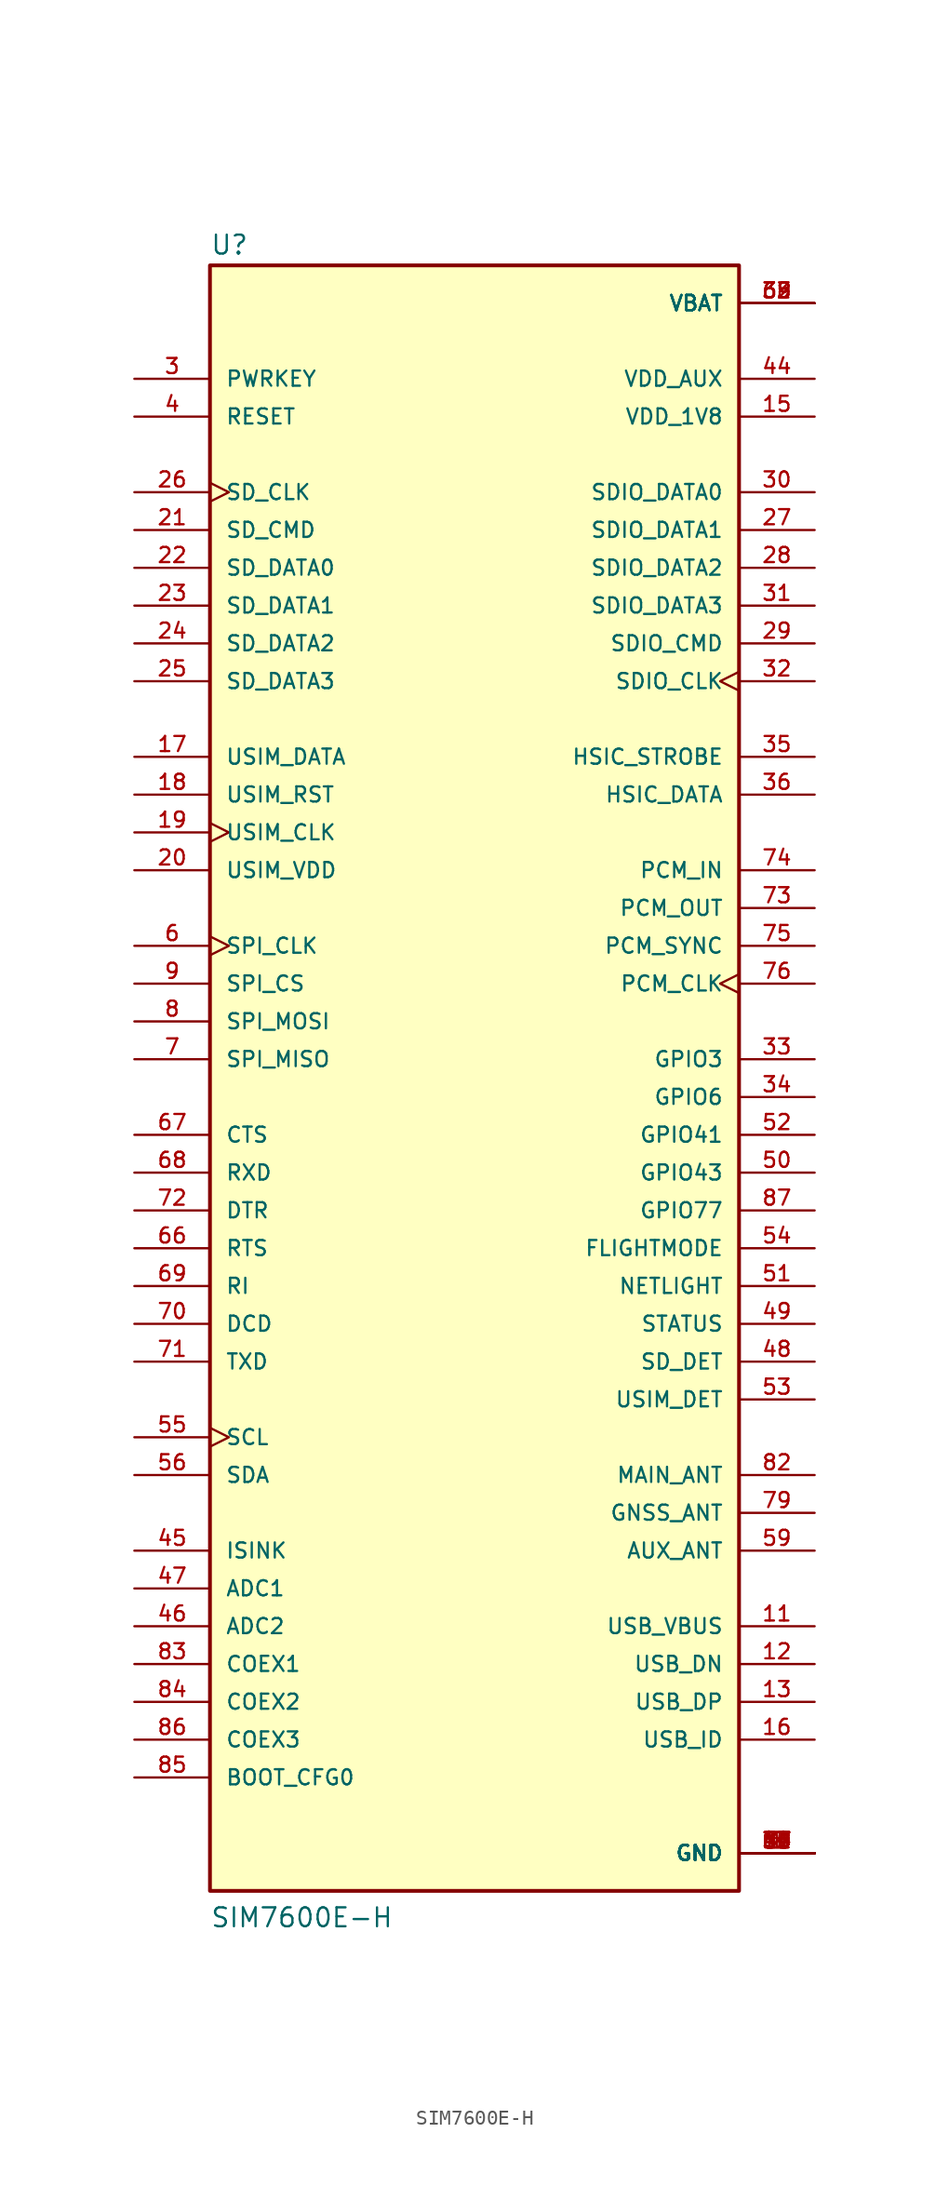
<source format=kicad_sym>
(kicad_symbol_lib
  (version 20211014)
  (generator kicad_symbol_editor)
  (symbol "SIM7600E-H"
    (pin_names
      (offset 1.016))
    (property "Reference" "U"
      (at -17.78 56.515 0)
      (effects (font (size 1.27 1.27)) (justify bottom left)))
    (property "Value" "SIM7600E-H"
      (at -17.78 -55.88 0)
      (effects (font (size 1.27 1.27)) (justify bottom left)))
    (symbol "SIM7600E-H_0_0"
      (rectangle (start -17.78 -53.34) (end 17.78 55.88) (stroke (width 0.254)) (fill (type background)))
      (pin power_in line (at 22.86 53.34 180.0) (length 5.08) (name "VBAT" (effects (font (size 1.016 1.016)))) (number "38" (effects (font (size 1.016 1.016)))))
      (pin power_in line (at 22.86 53.34 180.0) (length 5.08) (name "VBAT" (effects (font (size 1.016 1.016)))) (number "39" (effects (font (size 1.016 1.016)))))
      (pin power_in line (at 22.86 53.34 180.0) (length 5.08) (name "VBAT" (effects (font (size 1.016 1.016)))) (number "62" (effects (font (size 1.016 1.016)))))
      (pin power_in line (at 22.86 53.34 180.0) (length 5.08) (name "VBAT" (effects (font (size 1.016 1.016)))) (number "63" (effects (font (size 1.016 1.016)))))
      (pin output line (at 22.86 48.26 180.0) (length 5.08) (name "VDD_AUX" (effects (font (size 1.016 1.016)))) (number "44" (effects (font (size 1.016 1.016)))))
      (pin output line (at 22.86 45.72 180.0) (length 5.08) (name "VDD_1V8" (effects (font (size 1.016 1.016)))) (number "15" (effects (font (size 1.016 1.016)))))
      (pin power_in line (at 22.86 -50.8 180.0) (length 5.08) (name "GND" (effects (font (size 1.016 1.016)))) (number "1" (effects (font (size 1.016 1.016)))))
      (pin power_in line (at 22.86 -50.8 180.0) (length 5.08) (name "GND" (effects (font (size 1.016 1.016)))) (number "2" (effects (font (size 1.016 1.016)))))
      (pin power_in line (at 22.86 -50.8 180.0) (length 5.08) (name "GND" (effects (font (size 1.016 1.016)))) (number "5" (effects (font (size 1.016 1.016)))))
      (pin power_in line (at 22.86 -50.8 180.0) (length 5.08) (name "GND" (effects (font (size 1.016 1.016)))) (number "10" (effects (font (size 1.016 1.016)))))
      (pin power_in line (at 22.86 -50.8 180.0) (length 5.08) (name "GND" (effects (font (size 1.016 1.016)))) (number "14" (effects (font (size 1.016 1.016)))))
      (pin power_in line (at 22.86 -50.8 180.0) (length 5.08) (name "GND" (effects (font (size 1.016 1.016)))) (number "37" (effects (font (size 1.016 1.016)))))
      (pin power_in line (at 22.86 -50.8 180.0) (length 5.08) (name "GND" (effects (font (size 1.016 1.016)))) (number "40" (effects (font (size 1.016 1.016)))))
      (pin power_in line (at 22.86 -50.8 180.0) (length 5.08) (name "GND" (effects (font (size 1.016 1.016)))) (number "41" (effects (font (size 1.016 1.016)))))
      (pin power_in line (at 22.86 -50.8 180.0) (length 5.08) (name "GND" (effects (font (size 1.016 1.016)))) (number "43" (effects (font (size 1.016 1.016)))))
      (pin power_in line (at 22.86 -50.8 180.0) (length 5.08) (name "GND" (effects (font (size 1.016 1.016)))) (number "57" (effects (font (size 1.016 1.016)))))
      (pin power_in line (at 22.86 -50.8 180.0) (length 5.08) (name "GND" (effects (font (size 1.016 1.016)))) (number "58" (effects (font (size 1.016 1.016)))))
      (pin power_in line (at 22.86 -50.8 180.0) (length 5.08) (name "GND" (effects (font (size 1.016 1.016)))) (number "60" (effects (font (size 1.016 1.016)))))
      (pin power_in line (at 22.86 -50.8 180.0) (length 5.08) (name "GND" (effects (font (size 1.016 1.016)))) (number "61" (effects (font (size 1.016 1.016)))))
      (pin power_in line (at 22.86 -50.8 180.0) (length 5.08) (name "GND" (effects (font (size 1.016 1.016)))) (number "64" (effects (font (size 1.016 1.016)))))
      (pin power_in line (at 22.86 -50.8 180.0) (length 5.08) (name "GND" (effects (font (size 1.016 1.016)))) (number "65" (effects (font (size 1.016 1.016)))))
      (pin power_in line (at 22.86 -50.8 180.0) (length 5.08) (name "GND" (effects (font (size 1.016 1.016)))) (number "77" (effects (font (size 1.016 1.016)))))
      (pin power_in line (at 22.86 -50.8 180.0) (length 5.08) (name "GND" (effects (font (size 1.016 1.016)))) (number "78" (effects (font (size 1.016 1.016)))))
      (pin power_in line (at 22.86 -50.8 180.0) (length 5.08) (name "GND" (effects (font (size 1.016 1.016)))) (number "80" (effects (font (size 1.016 1.016)))))
      (pin power_in line (at 22.86 -50.8 180.0) (length 5.08) (name "GND" (effects (font (size 1.016 1.016)))) (number "81" (effects (font (size 1.016 1.016)))))
      (pin input line (at -22.86 48.26 0) (length 5.08) (name "PWRKEY" (effects (font (size 1.016 1.016)))) (number "3" (effects (font (size 1.016 1.016)))))
      (pin input line (at -22.86 45.72 0) (length 5.08) (name "RESET" (effects (font (size 1.016 1.016)))) (number "4" (effects (font (size 1.016 1.016)))))
      (pin output line (at -22.86 38.1 0) (length 5.08) (name "SD_CMD" (effects (font (size 1.016 1.016)))) (number "21" (effects (font (size 1.016 1.016)))))
      (pin bidirectional line (at -22.86 35.56 0) (length 5.08) (name "SD_DATA0" (effects (font (size 1.016 1.016)))) (number "22" (effects (font (size 1.016 1.016)))))
      (pin output clock (at -22.86 40.64 0) (length 5.08) (name "SD_CLK" (effects (font (size 1.016 1.016)))) (number "26" (effects (font (size 1.016 1.016)))))
      (pin bidirectional line (at -22.86 22.86 0) (length 5.08) (name "USIM_DATA" (effects (font (size 1.016 1.016)))) (number "17" (effects (font (size 1.016 1.016)))))
      (pin output line (at -22.86 20.32 0) (length 5.08) (name "USIM_RST" (effects (font (size 1.016 1.016)))) (number "18" (effects (font (size 1.016 1.016)))))
      (pin output clock (at -22.86 17.78 0) (length 5.08) (name "USIM_CLK" (effects (font (size 1.016 1.016)))) (number "19" (effects (font (size 1.016 1.016)))))
      (pin output line (at -22.86 15.24 0) (length 5.08) (name "USIM_VDD" (effects (font (size 1.016 1.016)))) (number "20" (effects (font (size 1.016 1.016)))))
      (pin output clock (at -22.86 10.16 0) (length 5.08) (name "SPI_CLK" (effects (font (size 1.016 1.016)))) (number "6" (effects (font (size 1.016 1.016)))))
      (pin input line (at -22.86 2.54 0) (length 5.08) (name "SPI_MISO" (effects (font (size 1.016 1.016)))) (number "7" (effects (font (size 1.016 1.016)))))
      (pin output line (at -22.86 5.08 0) (length 5.08) (name "SPI_MOSI" (effects (font (size 1.016 1.016)))) (number "8" (effects (font (size 1.016 1.016)))))
      (pin output line (at -22.86 7.62 0) (length 5.08) (name "SPI_CS" (effects (font (size 1.016 1.016)))) (number "9" (effects (font (size 1.016 1.016)))))
      (pin input line (at 22.86 -35.56 180.0) (length 5.08) (name "USB_VBUS" (effects (font (size 1.016 1.016)))) (number "11" (effects (font (size 1.016 1.016)))))
      (pin bidirectional line (at 22.86 -38.1 180.0) (length 5.08) (name "USB_DN" (effects (font (size 1.016 1.016)))) (number "12" (effects (font (size 1.016 1.016)))))
      (pin bidirectional line (at 22.86 -40.64 180.0) (length 5.08) (name "USB_DP" (effects (font (size 1.016 1.016)))) (number "13" (effects (font (size 1.016 1.016)))))
      (pin input line (at 22.86 -43.18 180.0) (length 5.08) (name "USB_ID" (effects (font (size 1.016 1.016)))) (number "16" (effects (font (size 1.016 1.016)))))
      (pin output line (at -22.86 -10.16 0) (length 5.08) (name "RTS" (effects (font (size 1.016 1.016)))) (number "66" (effects (font (size 1.016 1.016)))))
      (pin input line (at -22.86 -2.54 0) (length 5.08) (name "CTS" (effects (font (size 1.016 1.016)))) (number "67" (effects (font (size 1.016 1.016)))))
      (pin input line (at -22.86 -5.08 0) (length 5.08) (name "RXD" (effects (font (size 1.016 1.016)))) (number "68" (effects (font (size 1.016 1.016)))))
      (pin output line (at -22.86 -12.7 0) (length 5.08) (name "RI" (effects (font (size 1.016 1.016)))) (number "69" (effects (font (size 1.016 1.016)))))
      (pin output line (at -22.86 -15.24 0) (length 5.08) (name "DCD" (effects (font (size 1.016 1.016)))) (number "70" (effects (font (size 1.016 1.016)))))
      (pin output line (at -22.86 -17.78 0) (length 5.08) (name "TXD" (effects (font (size 1.016 1.016)))) (number "71" (effects (font (size 1.016 1.016)))))
      (pin input line (at -22.86 -7.62 0) (length 5.08) (name "DTR" (effects (font (size 1.016 1.016)))) (number "72" (effects (font (size 1.016 1.016)))))
      (pin output clock (at -22.86 -22.86 0) (length 5.08) (name "SCL" (effects (font (size 1.016 1.016)))) (number "55" (effects (font (size 1.016 1.016)))))
      (pin bidirectional line (at -22.86 -25.4 0) (length 5.08) (name "SDA" (effects (font (size 1.016 1.016)))) (number "56" (effects (font (size 1.016 1.016)))))
      (pin bidirectional line (at 22.86 38.1 180.0) (length 5.08) (name "SDIO_DATA1" (effects (font (size 1.016 1.016)))) (number "27" (effects (font (size 1.016 1.016)))))
      (pin bidirectional line (at 22.86 35.56 180.0) (length 5.08) (name "SDIO_DATA2" (effects (font (size 1.016 1.016)))) (number "28" (effects (font (size 1.016 1.016)))))
      (pin output line (at 22.86 30.48 180.0) (length 5.08) (name "SDIO_CMD" (effects (font (size 1.016 1.016)))) (number "29" (effects (font (size 1.016 1.016)))))
      (pin bidirectional line (at 22.86 40.64 180.0) (length 5.08) (name "SDIO_DATA0" (effects (font (size 1.016 1.016)))) (number "30" (effects (font (size 1.016 1.016)))))
      (pin bidirectional line (at 22.86 33.02 180.0) (length 5.08) (name "SDIO_DATA3" (effects (font (size 1.016 1.016)))) (number "31" (effects (font (size 1.016 1.016)))))
      (pin output clock (at 22.86 27.94 180.0) (length 5.08) (name "SDIO_CLK" (effects (font (size 1.016 1.016)))) (number "32" (effects (font (size 1.016 1.016)))))
      (pin output line (at 22.86 22.86 180.0) (length 5.08) (name "HSIC_STROBE" (effects (font (size 1.016 1.016)))) (number "35" (effects (font (size 1.016 1.016)))))
      (pin bidirectional line (at 22.86 20.32 180.0) (length 5.08) (name "HSIC_DATA" (effects (font (size 1.016 1.016)))) (number "36" (effects (font (size 1.016 1.016)))))
      (pin output line (at 22.86 12.7 180.0) (length 5.08) (name "PCM_OUT" (effects (font (size 1.016 1.016)))) (number "73" (effects (font (size 1.016 1.016)))))
      (pin input line (at 22.86 15.24 180.0) (length 5.08) (name "PCM_IN" (effects (font (size 1.016 1.016)))) (number "74" (effects (font (size 1.016 1.016)))))
      (pin output line (at 22.86 10.16 180.0) (length 5.08) (name "PCM_SYNC" (effects (font (size 1.016 1.016)))) (number "75" (effects (font (size 1.016 1.016)))))
      (pin output clock (at 22.86 7.62 180.0) (length 5.08) (name "PCM_CLK" (effects (font (size 1.016 1.016)))) (number "76" (effects (font (size 1.016 1.016)))))
      (pin output line (at 22.86 -12.7 180.0) (length 5.08) (name "NETLIGHT" (effects (font (size 1.016 1.016)))) (number "51" (effects (font (size 1.016 1.016)))))
      (pin input line (at 22.86 -10.16 180.0) (length 5.08) (name "FLIGHTMODE" (effects (font (size 1.016 1.016)))) (number "54" (effects (font (size 1.016 1.016)))))
      (pin output line (at 22.86 -15.24 180.0) (length 5.08) (name "STATUS" (effects (font (size 1.016 1.016)))) (number "49" (effects (font (size 1.016 1.016)))))
      (pin bidirectional line (at 22.86 -2.54 180.0) (length 5.08) (name "GPIO41" (effects (font (size 1.016 1.016)))) (number "52" (effects (font (size 1.016 1.016)))))
      (pin bidirectional line (at 22.86 -5.08 180.0) (length 5.08) (name "GPIO43" (effects (font (size 1.016 1.016)))) (number "50" (effects (font (size 1.016 1.016)))))
      (pin bidirectional line (at 22.86 2.54 180.0) (length 5.08) (name "GPIO3" (effects (font (size 1.016 1.016)))) (number "33" (effects (font (size 1.016 1.016)))))
      (pin bidirectional line (at 22.86 0.0 180.0) (length 5.08) (name "GPIO6" (effects (font (size 1.016 1.016)))) (number "34" (effects (font (size 1.016 1.016)))))
      (pin bidirectional line (at 22.86 -17.78 180.0) (length 5.08) (name "SD_DET" (effects (font (size 1.016 1.016)))) (number "48" (effects (font (size 1.016 1.016)))))
      (pin bidirectional line (at 22.86 -20.32 180.0) (length 5.08) (name "USIM_DET" (effects (font (size 1.016 1.016)))) (number "53" (effects (font (size 1.016 1.016)))))
      (pin bidirectional line (at 22.86 -7.62 180.0) (length 5.08) (name "GPIO77" (effects (font (size 1.016 1.016)))) (number "87" (effects (font (size 1.016 1.016)))))
      (pin bidirectional line (at 22.86 -25.4 180.0) (length 5.08) (name "MAIN_ANT" (effects (font (size 1.016 1.016)))) (number "82" (effects (font (size 1.016 1.016)))))
      (pin bidirectional line (at 22.86 -27.94 180.0) (length 5.08) (name "GNSS_ANT" (effects (font (size 1.016 1.016)))) (number "79" (effects (font (size 1.016 1.016)))))
      (pin input line (at 22.86 -30.48 180.0) (length 5.08) (name "AUX_ANT" (effects (font (size 1.016 1.016)))) (number "59" (effects (font (size 1.016 1.016)))))
      (pin input line (at -22.86 -30.48 0) (length 5.08) (name "ISINK" (effects (font (size 1.016 1.016)))) (number "45" (effects (font (size 1.016 1.016)))))
      (pin input line (at -22.86 -33.02 0) (length 5.08) (name "ADC1" (effects (font (size 1.016 1.016)))) (number "47" (effects (font (size 1.016 1.016)))))
      (pin input line (at -22.86 -35.56 0) (length 5.08) (name "ADC2" (effects (font (size 1.016 1.016)))) (number "46" (effects (font (size 1.016 1.016)))))
      (pin bidirectional line (at -22.86 -38.1 0) (length 5.08) (name "COEX1" (effects (font (size 1.016 1.016)))) (number "83" (effects (font (size 1.016 1.016)))))
      (pin bidirectional line (at -22.86 -40.64 0) (length 5.08) (name "COEX2" (effects (font (size 1.016 1.016)))) (number "84" (effects (font (size 1.016 1.016)))))
      (pin bidirectional line (at -22.86 -43.18 0) (length 5.08) (name "COEX3" (effects (font (size 1.016 1.016)))) (number "86" (effects (font (size 1.016 1.016)))))
      (pin bidirectional line (at -22.86 33.02 0) (length 5.08) (name "SD_DATA1" (effects (font (size 1.016 1.016)))) (number "23" (effects (font (size 1.016 1.016)))))
      (pin bidirectional line (at -22.86 30.48 0) (length 5.08) (name "SD_DATA2" (effects (font (size 1.016 1.016)))) (number "24" (effects (font (size 1.016 1.016)))))
      (pin bidirectional line (at -22.86 27.94 0) (length 5.08) (name "SD_DATA3" (effects (font (size 1.016 1.016)))) (number "25" (effects (font (size 1.016 1.016)))))
      (pin input line (at -22.86 -45.72 0) (length 5.08) (name "BOOT_CFG0" (effects (font (size 1.016 1.016)))) (number "85" (effects (font (size 1.016 1.016))))))))
</source>
